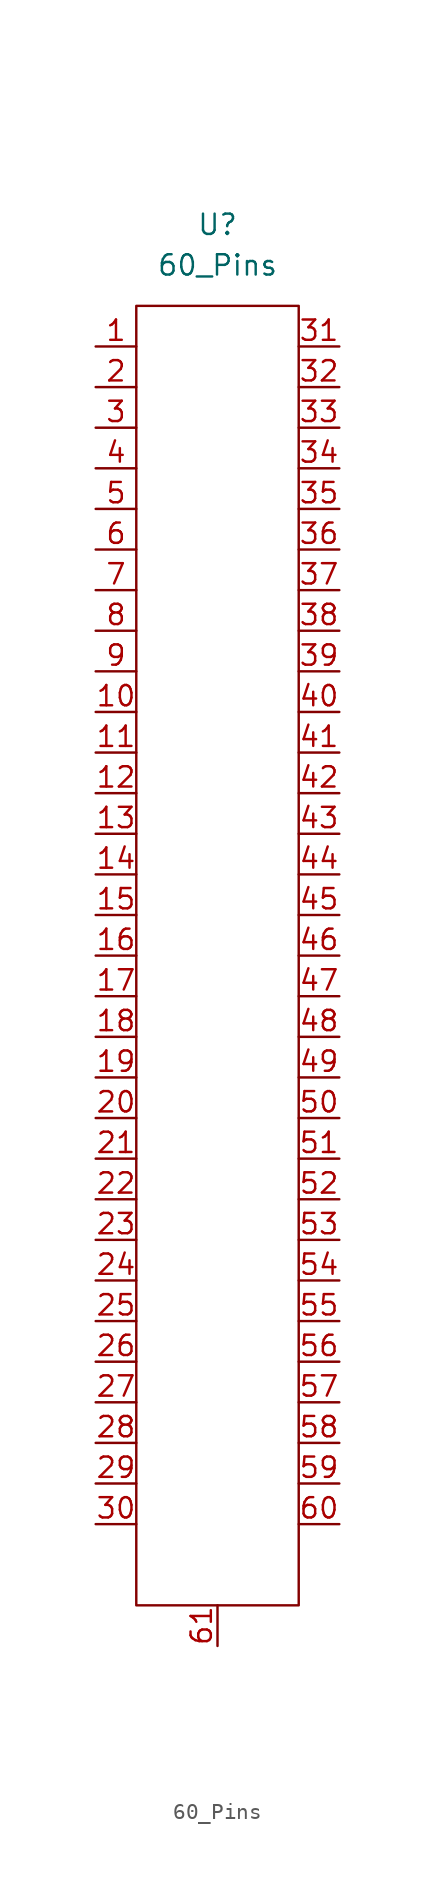
<source format=kicad_sym>
(kicad_symbol_lib
  (version 20211014)
  (generator kicad_symbol_editor)
  (symbol "60_Pins"
    (property "Reference" "U"
      (at 0 43.18 0)
      (effects (font (size 1.27 1.27))))
    (property "Value" "60_Pins"
      (at 0 40.64 0)
      (effects (font (size 1.27 1.27))))
    (symbol "60_Pins_0_0"
      (pin passive line (at -7.62 35.56 0) (length 2.54) (name "" (effects (font (size 1.27 1.27)))) (number "1" (effects (font (size 1.27 1.27)))))
      (pin passive line (at -7.62 12.7 0) (length 2.54) (name "" (effects (font (size 1.27 1.27)))) (number "10" (effects (font (size 1.27 1.27)))))
      (pin passive line (at -7.62 10.16 0) (length 2.54) (name "" (effects (font (size 1.27 1.27)))) (number "11" (effects (font (size 1.27 1.27)))))
      (pin passive line (at -7.62 7.62 0) (length 2.54) (name "" (effects (font (size 1.27 1.27)))) (number "12" (effects (font (size 1.27 1.27)))))
      (pin passive line (at -7.62 5.08 0) (length 2.54) (name "" (effects (font (size 1.27 1.27)))) (number "13" (effects (font (size 1.27 1.27)))))
      (pin passive line (at -7.62 2.54 0) (length 2.54) (name "" (effects (font (size 1.27 1.27)))) (number "14" (effects (font (size 1.27 1.27)))))
      (pin passive line (at -7.62 0 0) (length 2.54) (name "" (effects (font (size 1.27 1.27)))) (number "15" (effects (font (size 1.27 1.27)))))
      (pin passive line (at -7.62 -2.54 0) (length 2.54) (name "" (effects (font (size 1.27 1.27)))) (number "16" (effects (font (size 1.27 1.27)))))
      (pin passive line (at -7.62 -5.08 0) (length 2.54) (name "" (effects (font (size 1.27 1.27)))) (number "17" (effects (font (size 1.27 1.27)))))
      (pin passive line (at -7.62 -7.62 0) (length 2.54) (name "" (effects (font (size 1.27 1.27)))) (number "18" (effects (font (size 1.27 1.27)))))
      (pin passive line (at -7.62 -10.16 0) (length 2.54) (name "" (effects (font (size 1.27 1.27)))) (number "19" (effects (font (size 1.27 1.27)))))
      (pin passive line (at -7.62 33.02 0) (length 2.54) (name "" (effects (font (size 1.27 1.27)))) (number "2" (effects (font (size 1.27 1.27)))))
      (pin passive line (at -7.62 -12.7 0) (length 2.54) (name "" (effects (font (size 1.27 1.27)))) (number "20" (effects (font (size 1.27 1.27)))))
      (pin passive line (at -7.62 -15.24 0) (length 2.54) (name "" (effects (font (size 1.27 1.27)))) (number "21" (effects (font (size 1.27 1.27)))))
      (pin passive line (at -7.62 -17.78 0) (length 2.54) (name "" (effects (font (size 1.27 1.27)))) (number "22" (effects (font (size 1.27 1.27)))))
      (pin passive line (at -7.62 -20.32 0) (length 2.54) (name "" (effects (font (size 1.27 1.27)))) (number "23" (effects (font (size 1.27 1.27)))))
      (pin passive line (at -7.62 -22.86 0) (length 2.54) (name "" (effects (font (size 1.27 1.27)))) (number "24" (effects (font (size 1.27 1.27)))))
      (pin passive line (at -7.62 -25.4 0) (length 2.54) (name "" (effects (font (size 1.27 1.27)))) (number "25" (effects (font (size 1.27 1.27)))))
      (pin passive line (at -7.62 -27.94 0) (length 2.54) (name "" (effects (font (size 1.27 1.27)))) (number "26" (effects (font (size 1.27 1.27)))))
      (pin passive line (at -7.62 -30.48 0) (length 2.54) (name "" (effects (font (size 1.27 1.27)))) (number "27" (effects (font (size 1.27 1.27)))))
      (pin passive line (at -7.62 -33.02 0) (length 2.54) (name "" (effects (font (size 1.27 1.27)))) (number "28" (effects (font (size 1.27 1.27)))))
      (pin passive line (at -7.62 -35.56 0) (length 2.54) (name "" (effects (font (size 1.27 1.27)))) (number "29" (effects (font (size 1.27 1.27)))))
      (pin passive line (at -7.62 30.48 0) (length 2.54) (name "" (effects (font (size 1.27 1.27)))) (number "3" (effects (font (size 1.27 1.27)))))
      (pin passive line (at -7.62 -38.1 0) (length 2.54) (name "" (effects (font (size 1.27 1.27)))) (number "30" (effects (font (size 1.27 1.27)))))
      (pin passive line (at 7.62 35.56 180) (length 2.54) (name "" (effects (font (size 1.27 1.27)))) (number "31" (effects (font (size 1.27 1.27)))))
      (pin passive line (at 7.62 33.02 180) (length 2.54) (name "" (effects (font (size 1.27 1.27)))) (number "32" (effects (font (size 1.27 1.27)))))
      (pin passive line (at 7.62 30.48 180) (length 2.54) (name "" (effects (font (size 1.27 1.27)))) (number "33" (effects (font (size 1.27 1.27)))))
      (pin passive line (at 7.62 27.94 180) (length 2.54) (name "" (effects (font (size 1.27 1.27)))) (number "34" (effects (font (size 1.27 1.27)))))
      (pin passive line (at 7.62 25.4 180) (length 2.54) (name "" (effects (font (size 1.27 1.27)))) (number "35" (effects (font (size 1.27 1.27)))))
      (pin passive line (at 7.62 22.86 180) (length 2.54) (name "" (effects (font (size 1.27 1.27)))) (number "36" (effects (font (size 1.27 1.27)))))
      (pin passive line (at 7.62 20.32 180) (length 2.54) (name "" (effects (font (size 1.27 1.27)))) (number "37" (effects (font (size 1.27 1.27)))))
      (pin passive line (at 7.62 17.78 180) (length 2.54) (name "" (effects (font (size 1.27 1.27)))) (number "38" (effects (font (size 1.27 1.27)))))
      (pin passive line (at 7.62 15.24 180) (length 2.54) (name "" (effects (font (size 1.27 1.27)))) (number "39" (effects (font (size 1.27 1.27)))))
      (pin passive line (at -7.62 27.94 0) (length 2.54) (name "" (effects (font (size 1.27 1.27)))) (number "4" (effects (font (size 1.27 1.27)))))
      (pin passive line (at 7.62 12.7 180) (length 2.54) (name "" (effects (font (size 1.27 1.27)))) (number "40" (effects (font (size 1.27 1.27)))))
      (pin passive line (at 7.62 10.16 180) (length 2.54) (name "" (effects (font (size 1.27 1.27)))) (number "41" (effects (font (size 1.27 1.27)))))
      (pin passive line (at 7.62 7.62 180) (length 2.54) (name "" (effects (font (size 1.27 1.27)))) (number "42" (effects (font (size 1.27 1.27)))))
      (pin passive line (at 7.62 5.08 180) (length 2.54) (name "" (effects (font (size 1.27 1.27)))) (number "43" (effects (font (size 1.27 1.27)))))
      (pin passive line (at 7.62 2.54 180) (length 2.54) (name "" (effects (font (size 1.27 1.27)))) (number "44" (effects (font (size 1.27 1.27)))))
      (pin passive line (at 7.62 0 180) (length 2.54) (name "" (effects (font (size 1.27 1.27)))) (number "45" (effects (font (size 1.27 1.27)))))
      (pin passive line (at 7.62 -2.54 180) (length 2.54) (name "" (effects (font (size 1.27 1.27)))) (number "46" (effects (font (size 1.27 1.27)))))
      (pin passive line (at 7.62 -5.08 180) (length 2.54) (name "" (effects (font (size 1.27 1.27)))) (number "47" (effects (font (size 1.27 1.27)))))
      (pin passive line (at 7.62 -7.62 180) (length 2.54) (name "" (effects (font (size 1.27 1.27)))) (number "48" (effects (font (size 1.27 1.27)))))
      (pin passive line (at 7.62 -10.16 180) (length 2.54) (name "" (effects (font (size 1.27 1.27)))) (number "49" (effects (font (size 1.27 1.27)))))
      (pin passive line (at -7.62 25.4 0) (length 2.54) (name "" (effects (font (size 1.27 1.27)))) (number "5" (effects (font (size 1.27 1.27)))))
      (pin passive line (at 7.62 -12.7 180) (length 2.54) (name "" (effects (font (size 1.27 1.27)))) (number "50" (effects (font (size 1.27 1.27)))))
      (pin passive line (at 7.62 -15.24 180) (length 2.54) (name "" (effects (font (size 1.27 1.27)))) (number "51" (effects (font (size 1.27 1.27)))))
      (pin passive line (at 7.62 -17.78 180) (length 2.54) (name "" (effects (font (size 1.27 1.27)))) (number "52" (effects (font (size 1.27 1.27)))))
      (pin passive line (at 7.62 -20.32 180) (length 2.54) (name "" (effects (font (size 1.27 1.27)))) (number "53" (effects (font (size 1.27 1.27)))))
      (pin passive line (at 7.62 -22.86 180) (length 2.54) (name "" (effects (font (size 1.27 1.27)))) (number "54" (effects (font (size 1.27 1.27)))))
      (pin passive line (at 7.62 -25.4 180) (length 2.54) (name "" (effects (font (size 1.27 1.27)))) (number "55" (effects (font (size 1.27 1.27)))))
      (pin passive line (at 7.62 -27.94 180) (length 2.54) (name "" (effects (font (size 1.27 1.27)))) (number "56" (effects (font (size 1.27 1.27)))))
      (pin passive line (at 7.62 -30.48 180) (length 2.54) (name "" (effects (font (size 1.27 1.27)))) (number "57" (effects (font (size 1.27 1.27)))))
      (pin passive line (at 7.62 -33.02 180) (length 2.54) (name "" (effects (font (size 1.27 1.27)))) (number "58" (effects (font (size 1.27 1.27)))))
      (pin passive line (at 7.62 -35.56 180) (length 2.54) (name "" (effects (font (size 1.27 1.27)))) (number "59" (effects (font (size 1.27 1.27)))))
      (pin passive line (at -7.62 22.86 0) (length 2.54) (name "" (effects (font (size 1.27 1.27)))) (number "6" (effects (font (size 1.27 1.27)))))
      (pin passive line (at 7.62 -38.1 180) (length 2.54) (name "" (effects (font (size 1.27 1.27)))) (number "60" (effects (font (size 1.27 1.27)))))
      (pin passive line (at 0 -45.72 90) (length 2.54) (name "" (effects (font (size 1.27 1.27)))) (number "61" (effects (font (size 1.27 1.27)))))
      (pin passive line (at -7.62 20.32 0) (length 2.54) (name "" (effects (font (size 1.27 1.27)))) (number "7" (effects (font (size 1.27 1.27)))))
      (pin passive line (at -7.62 17.78 0) (length 2.54) (name "" (effects (font (size 1.27 1.27)))) (number "8" (effects (font (size 1.27 1.27)))))
      (pin passive line (at -7.62 15.24 0) (length 2.54) (name "" (effects (font (size 1.27 1.27)))) (number "9" (effects (font (size 1.27 1.27))))))
    (symbol "60_Pins_0_1"
      (rectangle (start -5.08 38.1) (end 5.08 -43.18) (stroke (width 0.152) (type default) (color 0 0 0 0)) (fill (type none))))))
</source>
